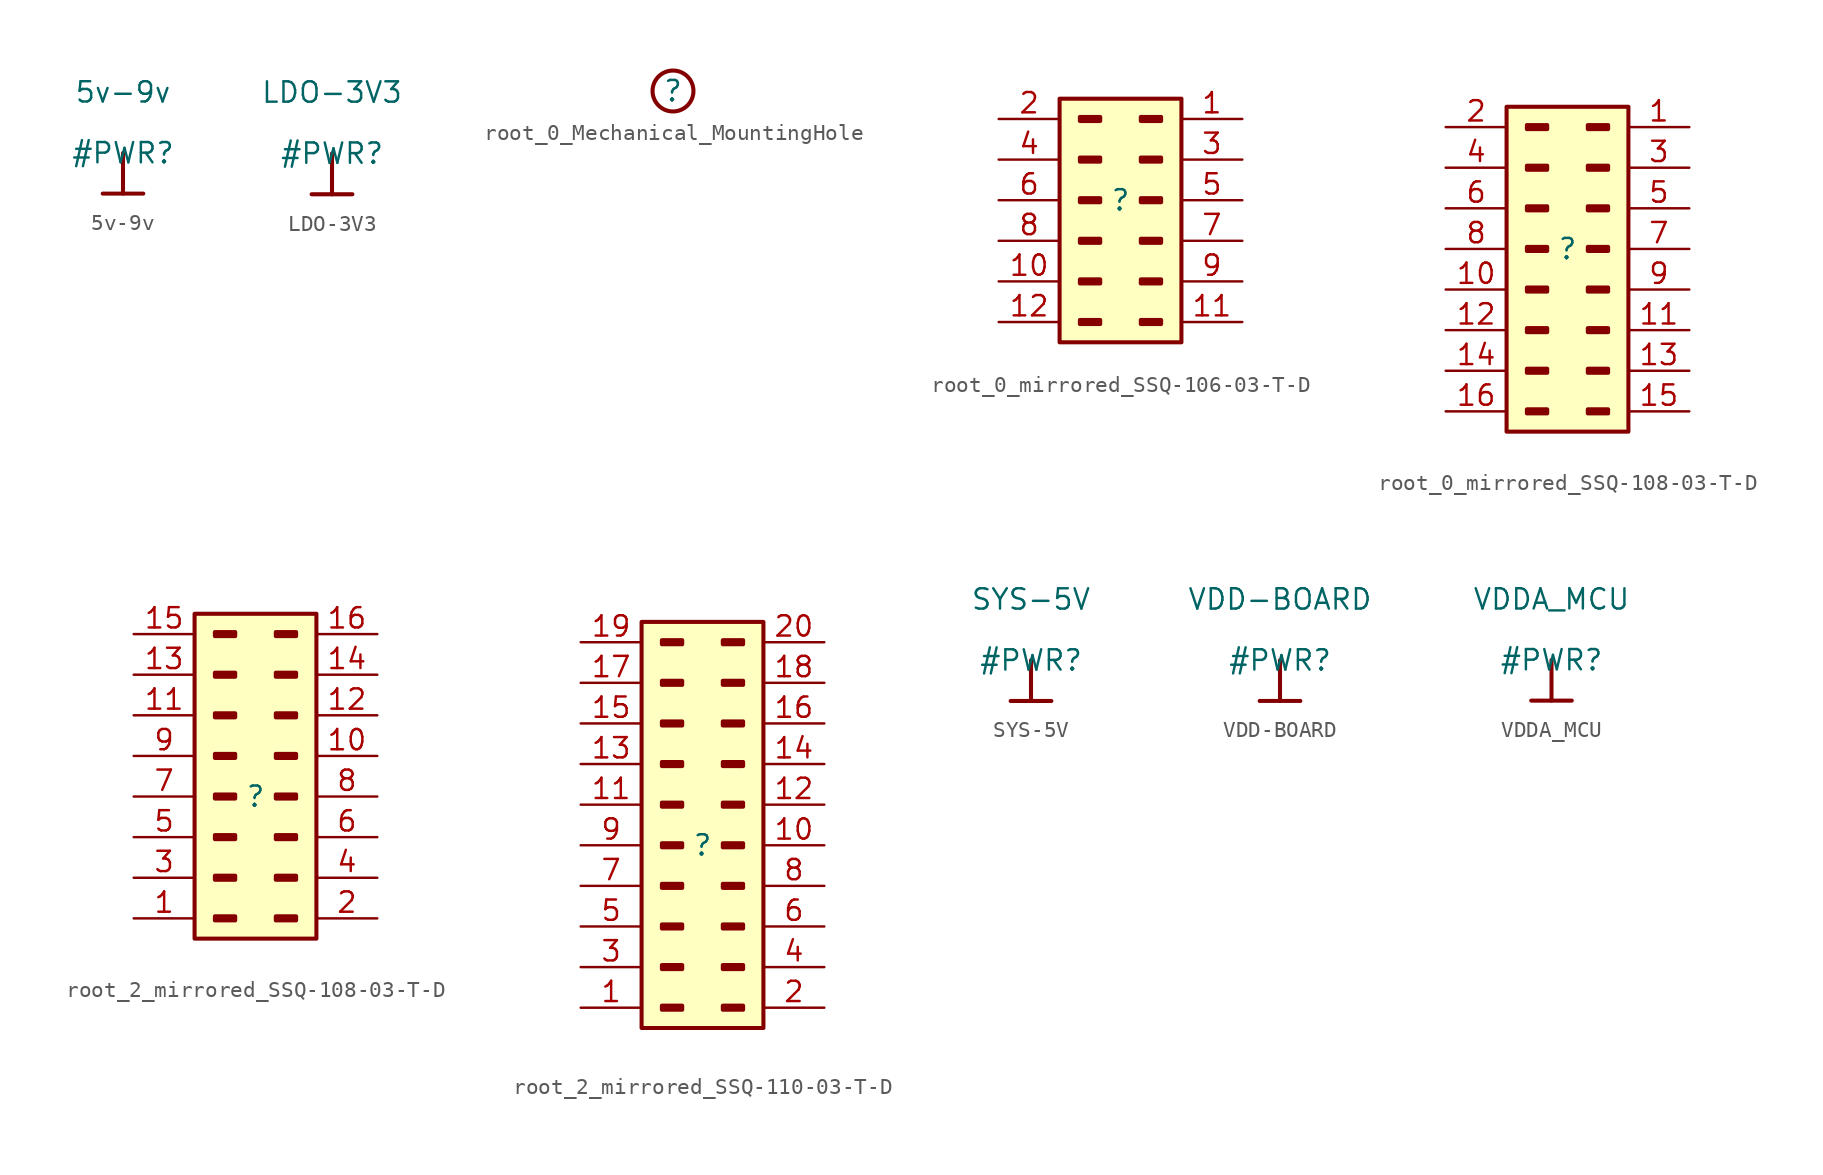
<source format=kicad_sym>
(kicad_symbol_lib
  (version 20220914)
  (generator kicad_symbol_editor)
  (symbol "5v-9v"
    (power)
    (property "Reference" "#PWR"
      (at 0 0 0)
      (effects (font (size 1.27 1.27))))
    (property "Value" "5v-9v"
      (at 0 3.81 0)
      (effects (font (size 1.27 1.27))))
    (symbol "5v-9v_0_0"
      (polyline (pts (xy -1.27 -2.54) (xy 1.27 -2.54)) (stroke (width 0.254) (type solid)) (fill (type none)))
      (polyline (pts (xy 0 0) (xy 0 -2.54)) (stroke (width 0.254) (type solid)) (fill (type none)))
      (pin power_in line (at 0 0 0) (length 0) hide (name "5v-9v" (effects (font (size 1.27 1.27)))) (number "" (effects (font (size 1.27 1.27)))))))
  (symbol "LDO-3V3"
    (power)
    (property "Reference" "#PWR"
      (at 0 0 0)
      (effects (font (size 1.27 1.27))))
    (property "Value" "LDO-3V3"
      (at 0 3.81 0)
      (effects (font (size 1.27 1.27))))
    (symbol "LDO-3V3_0_0"
      (polyline (pts (xy -1.27 -2.54) (xy 1.27 -2.54)) (stroke (width 0.254) (type solid)) (fill (type none)))
      (polyline (pts (xy 0 0) (xy 0 -2.54)) (stroke (width 0.254) (type solid)) (fill (type none)))
      (pin power_in line (at 0 0 0) (length 0) hide (name "LDO-3V3" (effects (font (size 1.27 1.27)))) (number "" (effects (font (size 1.27 1.27)))))))
  (symbol "root_0_Mechanical_MountingHole"
    (property "Reference" ""
      (at 0 0 0)
      (effects (font (size 1.27 1.27))))
    (property "Value" ""
      (at 0 0 0)
      (effects (font (size 1.27 1.27))))
    (symbol "root_0_Mechanical_MountingHole_1_0"
      (circle (center 0 0) (radius 1.27) (stroke (width 0.254) (type solid)) (fill (type none)))))
  (symbol "root_0_mirrored_SSQ-106-03-T-D"
    (property "Reference" ""
      (at 0 0 0)
      (effects (font (size 1.27 1.27))))
    (property "Value" ""
      (at 0 0 0)
      (effects (font (size 1.27 1.27))))
    (symbol "root_0_mirrored_SSQ-106-03-T-D_1_0"
      (rectangle (start -1.27 -7.493) (end -2.54 -7.747) (stroke (width 0.254) (type solid)) (fill (type none)))
      (rectangle (start -1.27 -4.953) (end -2.54 -5.207) (stroke (width 0.254) (type solid)) (fill (type none)))
      (rectangle (start -1.27 -2.413) (end -2.54 -2.667) (stroke (width 0.254) (type solid)) (fill (type none)))
      (rectangle (start -1.27 0.127) (end -2.54 -0.127) (stroke (width 0.254) (type solid)) (fill (type none)))
      (rectangle (start -1.27 2.667) (end -2.54 2.413) (stroke (width 0.254) (type solid)) (fill (type none)))
      (rectangle (start -1.27 5.207) (end -2.54 4.953) (stroke (width 0.254) (type solid)) (fill (type none)))
      (rectangle (start 2.54 -7.493) (end 1.27 -7.747) (stroke (width 0.254) (type solid)) (fill (type none)))
      (rectangle (start 2.54 -4.953) (end 1.27 -5.207) (stroke (width 0.254) (type solid)) (fill (type none)))
      (rectangle (start 2.54 -2.413) (end 1.27 -2.667) (stroke (width 0.254) (type solid)) (fill (type none)))
      (rectangle (start 2.54 0.127) (end 1.27 -0.127) (stroke (width 0.254) (type solid)) (fill (type none)))
      (rectangle (start 2.54 2.667) (end 1.27 2.413) (stroke (width 0.254) (type solid)) (fill (type none)))
      (rectangle (start 2.54 5.207) (end 1.27 4.953) (stroke (width 0.254) (type solid)) (fill (type none)))
      (rectangle (start 3.81 6.35) (end -3.81 -8.89) (stroke (width 0.254) (type solid)) (fill (type background)))
      (pin passive line (at 7.62 5.08 180) (length 3.81) (name "Pin_1" (effects (font (size 0 0)))) (number "1" (effects (font (size 1.27 1.27)))))
      (pin passive line (at -7.62 -5.08 0) (length 3.81) (name "Pin_10" (effects (font (size 0 0)))) (number "10" (effects (font (size 1.27 1.27)))))
      (pin passive line (at 7.62 -7.62 180) (length 3.81) (name "Pin_11" (effects (font (size 0 0)))) (number "11" (effects (font (size 1.27 1.27)))))
      (pin passive line (at -7.62 -7.62 0) (length 3.81) (name "Pin_12" (effects (font (size 0 0)))) (number "12" (effects (font (size 1.27 1.27)))))
      (pin passive line (at -7.62 5.08 0) (length 3.81) (name "Pin_2" (effects (font (size 0 0)))) (number "2" (effects (font (size 1.27 1.27)))))
      (pin passive line (at 7.62 2.54 180) (length 3.81) (name "Pin_3" (effects (font (size 0 0)))) (number "3" (effects (font (size 1.27 1.27)))))
      (pin passive line (at -7.62 2.54 0) (length 3.81) (name "Pin_4" (effects (font (size 0 0)))) (number "4" (effects (font (size 1.27 1.27)))))
      (pin passive line (at 7.62 0 180) (length 3.81) (name "Pin_5" (effects (font (size 0 0)))) (number "5" (effects (font (size 1.27 1.27)))))
      (pin passive line (at -7.62 0 0) (length 3.81) (name "Pin_6" (effects (font (size 0 0)))) (number "6" (effects (font (size 1.27 1.27)))))
      (pin passive line (at 7.62 -2.54 180) (length 3.81) (name "Pin_7" (effects (font (size 0 0)))) (number "7" (effects (font (size 1.27 1.27)))))
      (pin passive line (at -7.62 -2.54 0) (length 3.81) (name "Pin_8" (effects (font (size 0 0)))) (number "8" (effects (font (size 1.27 1.27)))))
      (pin passive line (at 7.62 -5.08 180) (length 3.81) (name "Pin_9" (effects (font (size 0 0)))) (number "9" (effects (font (size 1.27 1.27)))))))
  (symbol "root_0_mirrored_SSQ-108-03-T-D"
    (property "Reference" ""
      (at 0 0 0)
      (effects (font (size 1.27 1.27))))
    (property "Value" ""
      (at 0 0 0)
      (effects (font (size 1.27 1.27))))
    (symbol "root_0_mirrored_SSQ-108-03-T-D_1_0"
      (rectangle (start -1.27 -10.033) (end -2.54 -10.287) (stroke (width 0.254) (type solid)) (fill (type none)))
      (rectangle (start -1.27 -7.493) (end -2.54 -7.747) (stroke (width 0.254) (type solid)) (fill (type none)))
      (rectangle (start -1.27 -4.953) (end -2.54 -5.207) (stroke (width 0.254) (type solid)) (fill (type none)))
      (rectangle (start -1.27 -2.413) (end -2.54 -2.667) (stroke (width 0.254) (type solid)) (fill (type none)))
      (rectangle (start -1.27 0.127) (end -2.54 -0.127) (stroke (width 0.254) (type solid)) (fill (type none)))
      (rectangle (start -1.27 2.667) (end -2.54 2.413) (stroke (width 0.254) (type solid)) (fill (type none)))
      (rectangle (start -1.27 5.207) (end -2.54 4.953) (stroke (width 0.254) (type solid)) (fill (type none)))
      (rectangle (start -1.27 7.747) (end -2.54 7.493) (stroke (width 0.254) (type solid)) (fill (type none)))
      (rectangle (start 2.54 -10.033) (end 1.27 -10.287) (stroke (width 0.254) (type solid)) (fill (type none)))
      (rectangle (start 2.54 -7.493) (end 1.27 -7.747) (stroke (width 0.254) (type solid)) (fill (type none)))
      (rectangle (start 2.54 -4.953) (end 1.27 -5.207) (stroke (width 0.254) (type solid)) (fill (type none)))
      (rectangle (start 2.54 -2.413) (end 1.27 -2.667) (stroke (width 0.254) (type solid)) (fill (type none)))
      (rectangle (start 2.54 0.127) (end 1.27 -0.127) (stroke (width 0.254) (type solid)) (fill (type none)))
      (rectangle (start 2.54 2.667) (end 1.27 2.413) (stroke (width 0.254) (type solid)) (fill (type none)))
      (rectangle (start 2.54 5.207) (end 1.27 4.953) (stroke (width 0.254) (type solid)) (fill (type none)))
      (rectangle (start 2.54 7.747) (end 1.27 7.493) (stroke (width 0.254) (type solid)) (fill (type none)))
      (rectangle (start 3.81 8.89) (end -3.81 -11.43) (stroke (width 0.254) (type solid)) (fill (type background)))
      (pin passive line (at 7.62 7.62 180) (length 3.81) (name "Pin_1" (effects (font (size 0 0)))) (number "1" (effects (font (size 1.27 1.27)))))
      (pin passive line (at -7.62 -2.54 0) (length 3.81) (name "Pin_10" (effects (font (size 0 0)))) (number "10" (effects (font (size 1.27 1.27)))))
      (pin passive line (at 7.62 -5.08 180) (length 3.81) (name "Pin_11" (effects (font (size 0 0)))) (number "11" (effects (font (size 1.27 1.27)))))
      (pin passive line (at -7.62 -5.08 0) (length 3.81) (name "Pin_12" (effects (font (size 0 0)))) (number "12" (effects (font (size 1.27 1.27)))))
      (pin passive line (at 7.62 -7.62 180) (length 3.81) (name "Pin_13" (effects (font (size 0 0)))) (number "13" (effects (font (size 1.27 1.27)))))
      (pin passive line (at -7.62 -7.62 0) (length 3.81) (name "Pin_14" (effects (font (size 0 0)))) (number "14" (effects (font (size 1.27 1.27)))))
      (pin passive line (at 7.62 -10.16 180) (length 3.81) (name "Pin_15" (effects (font (size 0 0)))) (number "15" (effects (font (size 1.27 1.27)))))
      (pin passive line (at -7.62 -10.16 0) (length 3.81) (name "Pin_16" (effects (font (size 0 0)))) (number "16" (effects (font (size 1.27 1.27)))))
      (pin passive line (at -7.62 7.62 0) (length 3.81) (name "Pin_2" (effects (font (size 0 0)))) (number "2" (effects (font (size 1.27 1.27)))))
      (pin passive line (at 7.62 5.08 180) (length 3.81) (name "Pin_3" (effects (font (size 0 0)))) (number "3" (effects (font (size 1.27 1.27)))))
      (pin passive line (at -7.62 5.08 0) (length 3.81) (name "Pin_4" (effects (font (size 0 0)))) (number "4" (effects (font (size 1.27 1.27)))))
      (pin passive line (at 7.62 2.54 180) (length 3.81) (name "Pin_5" (effects (font (size 0 0)))) (number "5" (effects (font (size 1.27 1.27)))))
      (pin passive line (at -7.62 2.54 0) (length 3.81) (name "Pin_6" (effects (font (size 0 0)))) (number "6" (effects (font (size 1.27 1.27)))))
      (pin passive line (at 7.62 0 180) (length 3.81) (name "Pin_7" (effects (font (size 0 0)))) (number "7" (effects (font (size 1.27 1.27)))))
      (pin passive line (at -7.62 0 0) (length 3.81) (name "Pin_8" (effects (font (size 0 0)))) (number "8" (effects (font (size 1.27 1.27)))))
      (pin passive line (at 7.62 -2.54 180) (length 3.81) (name "Pin_9" (effects (font (size 0 0)))) (number "9" (effects (font (size 1.27 1.27)))))))
  (symbol "root_2_mirrored_SSQ-108-03-T-D"
    (property "Reference" ""
      (at 0 0 0)
      (effects (font (size 1.27 1.27))))
    (property "Value" ""
      (at 0 0 0)
      (effects (font (size 1.27 1.27))))
    (symbol "root_2_mirrored_SSQ-108-03-T-D_1_0"
      (rectangle (start -1.27 -7.493) (end -2.54 -7.747) (stroke (width 0.254) (type solid)) (fill (type none)))
      (rectangle (start -1.27 -4.953) (end -2.54 -5.207) (stroke (width 0.254) (type solid)) (fill (type none)))
      (rectangle (start -1.27 -2.413) (end -2.54 -2.667) (stroke (width 0.254) (type solid)) (fill (type none)))
      (rectangle (start -1.27 0.127) (end -2.54 -0.127) (stroke (width 0.254) (type solid)) (fill (type none)))
      (rectangle (start -1.27 2.667) (end -2.54 2.413) (stroke (width 0.254) (type solid)) (fill (type none)))
      (rectangle (start -1.27 5.207) (end -2.54 4.953) (stroke (width 0.254) (type solid)) (fill (type none)))
      (rectangle (start -1.27 7.747) (end -2.54 7.493) (stroke (width 0.254) (type solid)) (fill (type none)))
      (rectangle (start -1.27 10.287) (end -2.54 10.033) (stroke (width 0.254) (type solid)) (fill (type none)))
      (rectangle (start 2.54 -7.493) (end 1.27 -7.747) (stroke (width 0.254) (type solid)) (fill (type none)))
      (rectangle (start 2.54 -4.953) (end 1.27 -5.207) (stroke (width 0.254) (type solid)) (fill (type none)))
      (rectangle (start 2.54 -2.413) (end 1.27 -2.667) (stroke (width 0.254) (type solid)) (fill (type none)))
      (rectangle (start 2.54 0.127) (end 1.27 -0.127) (stroke (width 0.254) (type solid)) (fill (type none)))
      (rectangle (start 2.54 2.667) (end 1.27 2.413) (stroke (width 0.254) (type solid)) (fill (type none)))
      (rectangle (start 2.54 5.207) (end 1.27 4.953) (stroke (width 0.254) (type solid)) (fill (type none)))
      (rectangle (start 2.54 7.747) (end 1.27 7.493) (stroke (width 0.254) (type solid)) (fill (type none)))
      (rectangle (start 2.54 10.287) (end 1.27 10.033) (stroke (width 0.254) (type solid)) (fill (type none)))
      (rectangle (start 3.81 11.43) (end -3.81 -8.89) (stroke (width 0.254) (type solid)) (fill (type background)))
      (pin passive line (at -7.62 -7.62 0) (length 3.81) (name "Pin_1" (effects (font (size 0 0)))) (number "1" (effects (font (size 1.27 1.27)))))
      (pin passive line (at 7.62 2.54 180) (length 3.81) (name "Pin_10" (effects (font (size 0 0)))) (number "10" (effects (font (size 1.27 1.27)))))
      (pin passive line (at -7.62 5.08 0) (length 3.81) (name "Pin_11" (effects (font (size 0 0)))) (number "11" (effects (font (size 1.27 1.27)))))
      (pin passive line (at 7.62 5.08 180) (length 3.81) (name "Pin_12" (effects (font (size 0 0)))) (number "12" (effects (font (size 1.27 1.27)))))
      (pin passive line (at -7.62 7.62 0) (length 3.81) (name "Pin_13" (effects (font (size 0 0)))) (number "13" (effects (font (size 1.27 1.27)))))
      (pin passive line (at 7.62 7.62 180) (length 3.81) (name "Pin_14" (effects (font (size 0 0)))) (number "14" (effects (font (size 1.27 1.27)))))
      (pin passive line (at -7.62 10.16 0) (length 3.81) (name "Pin_15" (effects (font (size 0 0)))) (number "15" (effects (font (size 1.27 1.27)))))
      (pin passive line (at 7.62 10.16 180) (length 3.81) (name "Pin_16" (effects (font (size 0 0)))) (number "16" (effects (font (size 1.27 1.27)))))
      (pin passive line (at 7.62 -7.62 180) (length 3.81) (name "Pin_2" (effects (font (size 0 0)))) (number "2" (effects (font (size 1.27 1.27)))))
      (pin passive line (at -7.62 -5.08 0) (length 3.81) (name "Pin_3" (effects (font (size 0 0)))) (number "3" (effects (font (size 1.27 1.27)))))
      (pin passive line (at 7.62 -5.08 180) (length 3.81) (name "Pin_4" (effects (font (size 0 0)))) (number "4" (effects (font (size 1.27 1.27)))))
      (pin passive line (at -7.62 -2.54 0) (length 3.81) (name "Pin_5" (effects (font (size 0 0)))) (number "5" (effects (font (size 1.27 1.27)))))
      (pin passive line (at 7.62 -2.54 180) (length 3.81) (name "Pin_6" (effects (font (size 0 0)))) (number "6" (effects (font (size 1.27 1.27)))))
      (pin passive line (at -7.62 0 0) (length 3.81) (name "Pin_7" (effects (font (size 0 0)))) (number "7" (effects (font (size 1.27 1.27)))))
      (pin passive line (at 7.62 0 180) (length 3.81) (name "Pin_8" (effects (font (size 0 0)))) (number "8" (effects (font (size 1.27 1.27)))))
      (pin passive line (at -7.62 2.54 0) (length 3.81) (name "Pin_9" (effects (font (size 0 0)))) (number "9" (effects (font (size 1.27 1.27)))))))
  (symbol "root_2_mirrored_SSQ-110-03-T-D"
    (property "Reference" ""
      (at 0 0 0)
      (effects (font (size 1.27 1.27))))
    (property "Value" ""
      (at 0 0 0)
      (effects (font (size 1.27 1.27))))
    (symbol "root_2_mirrored_SSQ-110-03-T-D_1_0"
      (rectangle (start -1.27 -10.033) (end -2.54 -10.287) (stroke (width 0.254) (type solid)) (fill (type none)))
      (rectangle (start -1.27 -7.493) (end -2.54 -7.747) (stroke (width 0.254) (type solid)) (fill (type none)))
      (rectangle (start -1.27 -4.953) (end -2.54 -5.207) (stroke (width 0.254) (type solid)) (fill (type none)))
      (rectangle (start -1.27 -2.413) (end -2.54 -2.667) (stroke (width 0.254) (type solid)) (fill (type none)))
      (rectangle (start -1.27 0.127) (end -2.54 -0.127) (stroke (width 0.254) (type solid)) (fill (type none)))
      (rectangle (start -1.27 2.667) (end -2.54 2.413) (stroke (width 0.254) (type solid)) (fill (type none)))
      (rectangle (start -1.27 5.207) (end -2.54 4.953) (stroke (width 0.254) (type solid)) (fill (type none)))
      (rectangle (start -1.27 7.747) (end -2.54 7.493) (stroke (width 0.254) (type solid)) (fill (type none)))
      (rectangle (start -1.27 10.287) (end -2.54 10.033) (stroke (width 0.254) (type solid)) (fill (type none)))
      (rectangle (start -1.27 12.827) (end -2.54 12.573) (stroke (width 0.254) (type solid)) (fill (type none)))
      (rectangle (start 2.54 -10.033) (end 1.27 -10.287) (stroke (width 0.254) (type solid)) (fill (type none)))
      (rectangle (start 2.54 -7.493) (end 1.27 -7.747) (stroke (width 0.254) (type solid)) (fill (type none)))
      (rectangle (start 2.54 -4.953) (end 1.27 -5.207) (stroke (width 0.254) (type solid)) (fill (type none)))
      (rectangle (start 2.54 -2.413) (end 1.27 -2.667) (stroke (width 0.254) (type solid)) (fill (type none)))
      (rectangle (start 2.54 0.127) (end 1.27 -0.127) (stroke (width 0.254) (type solid)) (fill (type none)))
      (rectangle (start 2.54 2.667) (end 1.27 2.413) (stroke (width 0.254) (type solid)) (fill (type none)))
      (rectangle (start 2.54 5.207) (end 1.27 4.953) (stroke (width 0.254) (type solid)) (fill (type none)))
      (rectangle (start 2.54 7.747) (end 1.27 7.493) (stroke (width 0.254) (type solid)) (fill (type none)))
      (rectangle (start 2.54 10.287) (end 1.27 10.033) (stroke (width 0.254) (type solid)) (fill (type none)))
      (rectangle (start 2.54 12.827) (end 1.27 12.573) (stroke (width 0.254) (type solid)) (fill (type none)))
      (rectangle (start 3.81 13.97) (end -3.81 -11.43) (stroke (width 0.254) (type solid)) (fill (type background)))
      (pin passive line (at -7.62 -10.16 0) (length 3.81) (name "Pin_1" (effects (font (size 0 0)))) (number "1" (effects (font (size 1.27 1.27)))))
      (pin passive line (at 7.62 0 180) (length 3.81) (name "Pin_10" (effects (font (size 0 0)))) (number "10" (effects (font (size 1.27 1.27)))))
      (pin passive line (at -7.62 2.54 0) (length 3.81) (name "Pin_11" (effects (font (size 0 0)))) (number "11" (effects (font (size 1.27 1.27)))))
      (pin passive line (at 7.62 2.54 180) (length 3.81) (name "Pin_12" (effects (font (size 0 0)))) (number "12" (effects (font (size 1.27 1.27)))))
      (pin passive line (at -7.62 5.08 0) (length 3.81) (name "Pin_13" (effects (font (size 0 0)))) (number "13" (effects (font (size 1.27 1.27)))))
      (pin passive line (at 7.62 5.08 180) (length 3.81) (name "Pin_14" (effects (font (size 0 0)))) (number "14" (effects (font (size 1.27 1.27)))))
      (pin passive line (at -7.62 7.62 0) (length 3.81) (name "Pin_15" (effects (font (size 0 0)))) (number "15" (effects (font (size 1.27 1.27)))))
      (pin passive line (at 7.62 7.62 180) (length 3.81) (name "Pin_16" (effects (font (size 0 0)))) (number "16" (effects (font (size 1.27 1.27)))))
      (pin passive line (at -7.62 10.16 0) (length 3.81) (name "Pin_17" (effects (font (size 0 0)))) (number "17" (effects (font (size 1.27 1.27)))))
      (pin passive line (at 7.62 10.16 180) (length 3.81) (name "Pin_18" (effects (font (size 0 0)))) (number "18" (effects (font (size 1.27 1.27)))))
      (pin passive line (at -7.62 12.7 0) (length 3.81) (name "Pin_19" (effects (font (size 0 0)))) (number "19" (effects (font (size 1.27 1.27)))))
      (pin passive line (at 7.62 -10.16 180) (length 3.81) (name "Pin_2" (effects (font (size 0 0)))) (number "2" (effects (font (size 1.27 1.27)))))
      (pin passive line (at 7.62 12.7 180) (length 3.81) (name "Pin_20" (effects (font (size 0 0)))) (number "20" (effects (font (size 1.27 1.27)))))
      (pin passive line (at -7.62 -7.62 0) (length 3.81) (name "Pin_3" (effects (font (size 0 0)))) (number "3" (effects (font (size 1.27 1.27)))))
      (pin passive line (at 7.62 -7.62 180) (length 3.81) (name "Pin_4" (effects (font (size 0 0)))) (number "4" (effects (font (size 1.27 1.27)))))
      (pin passive line (at -7.62 -5.08 0) (length 3.81) (name "Pin_5" (effects (font (size 0 0)))) (number "5" (effects (font (size 1.27 1.27)))))
      (pin passive line (at 7.62 -5.08 180) (length 3.81) (name "Pin_6" (effects (font (size 0 0)))) (number "6" (effects (font (size 1.27 1.27)))))
      (pin passive line (at -7.62 -2.54 0) (length 3.81) (name "Pin_7" (effects (font (size 0 0)))) (number "7" (effects (font (size 1.27 1.27)))))
      (pin passive line (at 7.62 -2.54 180) (length 3.81) (name "Pin_8" (effects (font (size 0 0)))) (number "8" (effects (font (size 1.27 1.27)))))
      (pin passive line (at -7.62 0 0) (length 3.81) (name "Pin_9" (effects (font (size 0 0)))) (number "9" (effects (font (size 1.27 1.27)))))))
  (symbol "SYS-5V"
    (power)
    (property "Reference" "#PWR"
      (at 0 0 0)
      (effects (font (size 1.27 1.27))))
    (property "Value" "SYS-5V"
      (at 0 3.81 0)
      (effects (font (size 1.27 1.27))))
    (symbol "SYS-5V_0_0"
      (polyline (pts (xy -1.27 -2.54) (xy 1.27 -2.54)) (stroke (width 0.254) (type solid)) (fill (type none)))
      (polyline (pts (xy 0 0) (xy 0 -2.54)) (stroke (width 0.254) (type solid)) (fill (type none)))
      (pin power_in line (at 0 0 0) (length 0) hide (name "SYS-5V" (effects (font (size 1.27 1.27)))) (number "" (effects (font (size 1.27 1.27)))))))
  (symbol "VDD-BOARD"
    (power)
    (property "Reference" "#PWR"
      (at 0 0 0)
      (effects (font (size 1.27 1.27))))
    (property "Value" "VDD-BOARD"
      (at 0 3.81 0)
      (effects (font (size 1.27 1.27))))
    (symbol "VDD-BOARD_0_0"
      (polyline (pts (xy -1.27 -2.54) (xy 1.27 -2.54)) (stroke (width 0.254) (type solid)) (fill (type none)))
      (polyline (pts (xy 0 0) (xy 0 -2.54)) (stroke (width 0.254) (type solid)) (fill (type none)))
      (pin power_in line (at 0 0 0) (length 0) hide (name "VDD-BOARD" (effects (font (size 1.27 1.27)))) (number "" (effects (font (size 1.27 1.27)))))))
  (symbol "VDDA_MCU"
    (power)
    (property "Reference" "#PWR"
      (at 0 0 0)
      (effects (font (size 1.27 1.27))))
    (property "Value" "VDDA_MCU"
      (at 0 3.81 0)
      (effects (font (size 1.27 1.27))))
    (symbol "VDDA_MCU_0_0"
      (polyline (pts (xy -1.27 -2.54) (xy 1.27 -2.54)) (stroke (width 0.254) (type solid)) (fill (type none)))
      (polyline (pts (xy 0 0) (xy 0 -2.54)) (stroke (width 0.254) (type solid)) (fill (type none)))
      (pin power_in line (at 0 0 0) (length 0) hide (name "VDDA_MCU" (effects (font (size 1.27 1.27)))) (number "" (effects (font (size 1.27 1.27))))))))
</source>
